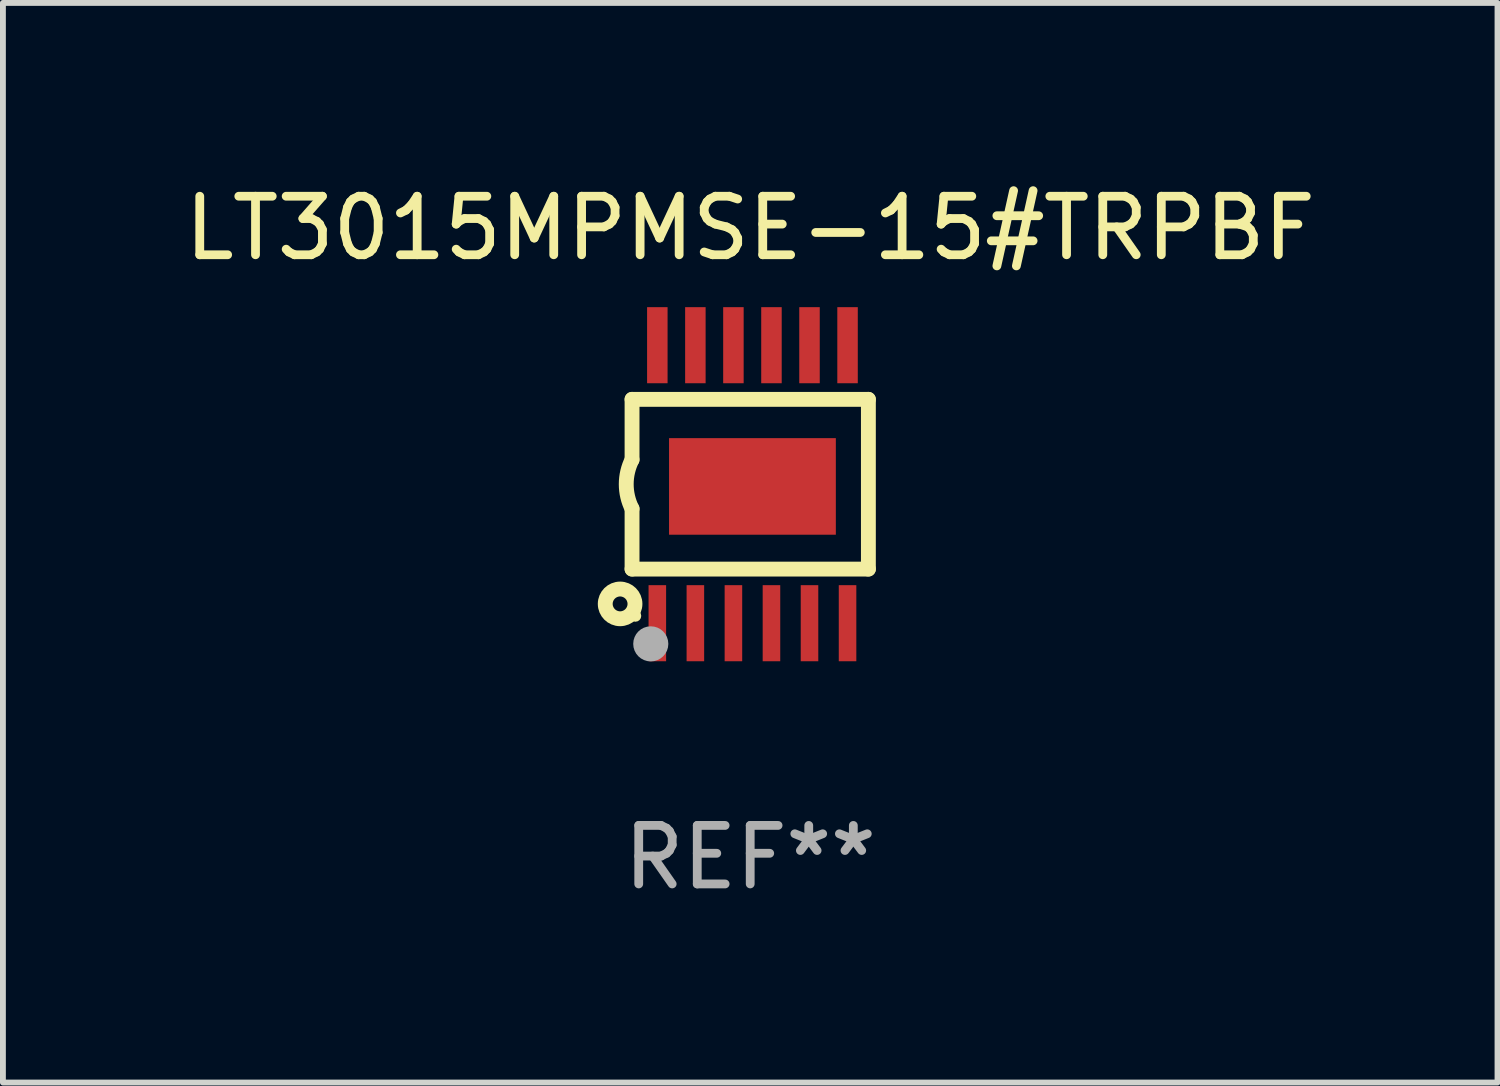
<source format=kicad_pcb>
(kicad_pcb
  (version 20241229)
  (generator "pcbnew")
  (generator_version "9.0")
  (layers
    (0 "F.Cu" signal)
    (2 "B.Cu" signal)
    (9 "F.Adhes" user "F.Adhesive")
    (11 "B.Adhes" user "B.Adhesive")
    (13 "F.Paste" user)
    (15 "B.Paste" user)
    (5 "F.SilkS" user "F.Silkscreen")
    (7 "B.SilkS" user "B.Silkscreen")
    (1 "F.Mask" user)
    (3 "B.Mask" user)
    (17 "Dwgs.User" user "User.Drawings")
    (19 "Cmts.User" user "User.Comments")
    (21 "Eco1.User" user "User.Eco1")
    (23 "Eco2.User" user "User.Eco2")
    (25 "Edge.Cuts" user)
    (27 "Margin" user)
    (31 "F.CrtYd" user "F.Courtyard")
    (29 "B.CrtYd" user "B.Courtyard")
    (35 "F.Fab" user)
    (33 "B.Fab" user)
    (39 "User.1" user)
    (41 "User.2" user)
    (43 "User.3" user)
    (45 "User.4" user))
  (footprint "LT3015MPMSE-15#TRPBF"
    (layer "F.Cu")
    (at 9.768 5.223)
    (property "Reference" "LT3015MPMSE-15#TRPBF" (at 0 -4.375 0) (layer "F.SilkS") (effects (font (size 1 1) (thickness 0.15))))
    (attr through_hole)
    (fp_line (start -2.019 -1.45) (end -2.019 -0.419) (stroke (width 0.254) (type solid)) (layer "F.SilkS"))
    (fp_line (start -2.019 1.45) (end -2.019 0.419) (stroke (width 0.254) (type solid)) (layer "F.SilkS"))
    (fp_line (start -2.019 1.45) (end 2.019 1.45) (stroke (width 0.254) (type solid)) (layer "F.SilkS"))
    (fp_line (start 2.019 -1.45) (end -2.019 -1.45) (stroke (width 0.254) (type solid)) (layer "F.SilkS"))
    (fp_line (start 2.019 -1.45) (end 2.019 1.45) (stroke (width 0.254) (type solid)) (layer "F.SilkS"))
    (fp_arc (start -2.019304 0.419101) (mid -2.11824 0) (end -2.019304 -0.419101) (stroke (width 0.254001) (type solid)) (layer "F.SilkS"))
    (fp_circle (center -2.223 2.045) (end -1.969 2.045) (stroke (width 0.254) (type solid)) (fill no) (layer "F.SilkS"))
    (fp_circle (center -1.962 2.25) (end -1.912 2.25) (stroke (width 0.1) (type solid)) (fill no) (layer "F.SilkS"))
    (fp_circle (center -1.699 2.728) (end -1.549 2.728) (stroke (width 0.3) (type solid)) (fill no) (layer "F.Fab"))
    (fp_text user "REF**" (at 0 6.375 0) (layer "F.Fab") (effects (font (size 1 1) (thickness 0.15))))
    (pad "1" smd rect (at -1.587 2.375) (size 0.3 1.3) (layers "F.Cu" "F.Mask" "F.Paste"))
    (pad "2" smd rect (at -0.937 2.375) (size 0.3 1.3) (layers "F.Cu" "F.Mask" "F.Paste"))
    (pad "3" smd rect (at -0.287 2.375) (size 0.3 1.3) (layers "F.Cu" "F.Mask" "F.Paste"))
    (pad "4" smd rect (at 0.363 2.375) (size 0.3 1.3) (layers "F.Cu" "F.Mask" "F.Paste"))
    (pad "5" smd rect (at 1.013 2.375) (size 0.3 1.3) (layers "F.Cu" "F.Mask" "F.Paste"))
    (pad "6" smd rect (at 1.663 2.375) (size 0.3 1.3) (layers "F.Cu" "F.Mask" "F.Paste"))
    (pad "7" smd rect (at 1.663 -2.375) (size 0.35 1.3) (layers "F.Cu" "F.Mask" "F.Paste"))
    (pad "8" smd rect (at 1.013 -2.375) (size 0.35 1.3) (layers "F.Cu" "F.Mask" "F.Paste"))
    (pad "9" smd rect (at 0.363 -2.375) (size 0.35 1.3) (layers "F.Cu" "F.Mask" "F.Paste"))
    (pad "10" smd rect (at -0.287 -2.375) (size 0.35 1.3) (layers "F.Cu" "F.Mask" "F.Paste"))
    (pad "11" smd rect (at -0.937 -2.375) (size 0.35 1.3) (layers "F.Cu" "F.Mask" "F.Paste"))
    (pad "12" smd rect (at -1.587 -2.375) (size 0.35 1.3) (layers "F.Cu" "F.Mask" "F.Paste"))
    (pad "13" smd rect (at 0.038 0.038) (size 2.85 1.65) (layers "F.Cu" "F.Mask" "F.Paste")))
  (gr_rect
    (start -3 -3)
    (end 22.536 15.446)
    (stroke (width 0.1) (type default))
    (fill no)
    (layer "Edge.Cuts")))
</source>
